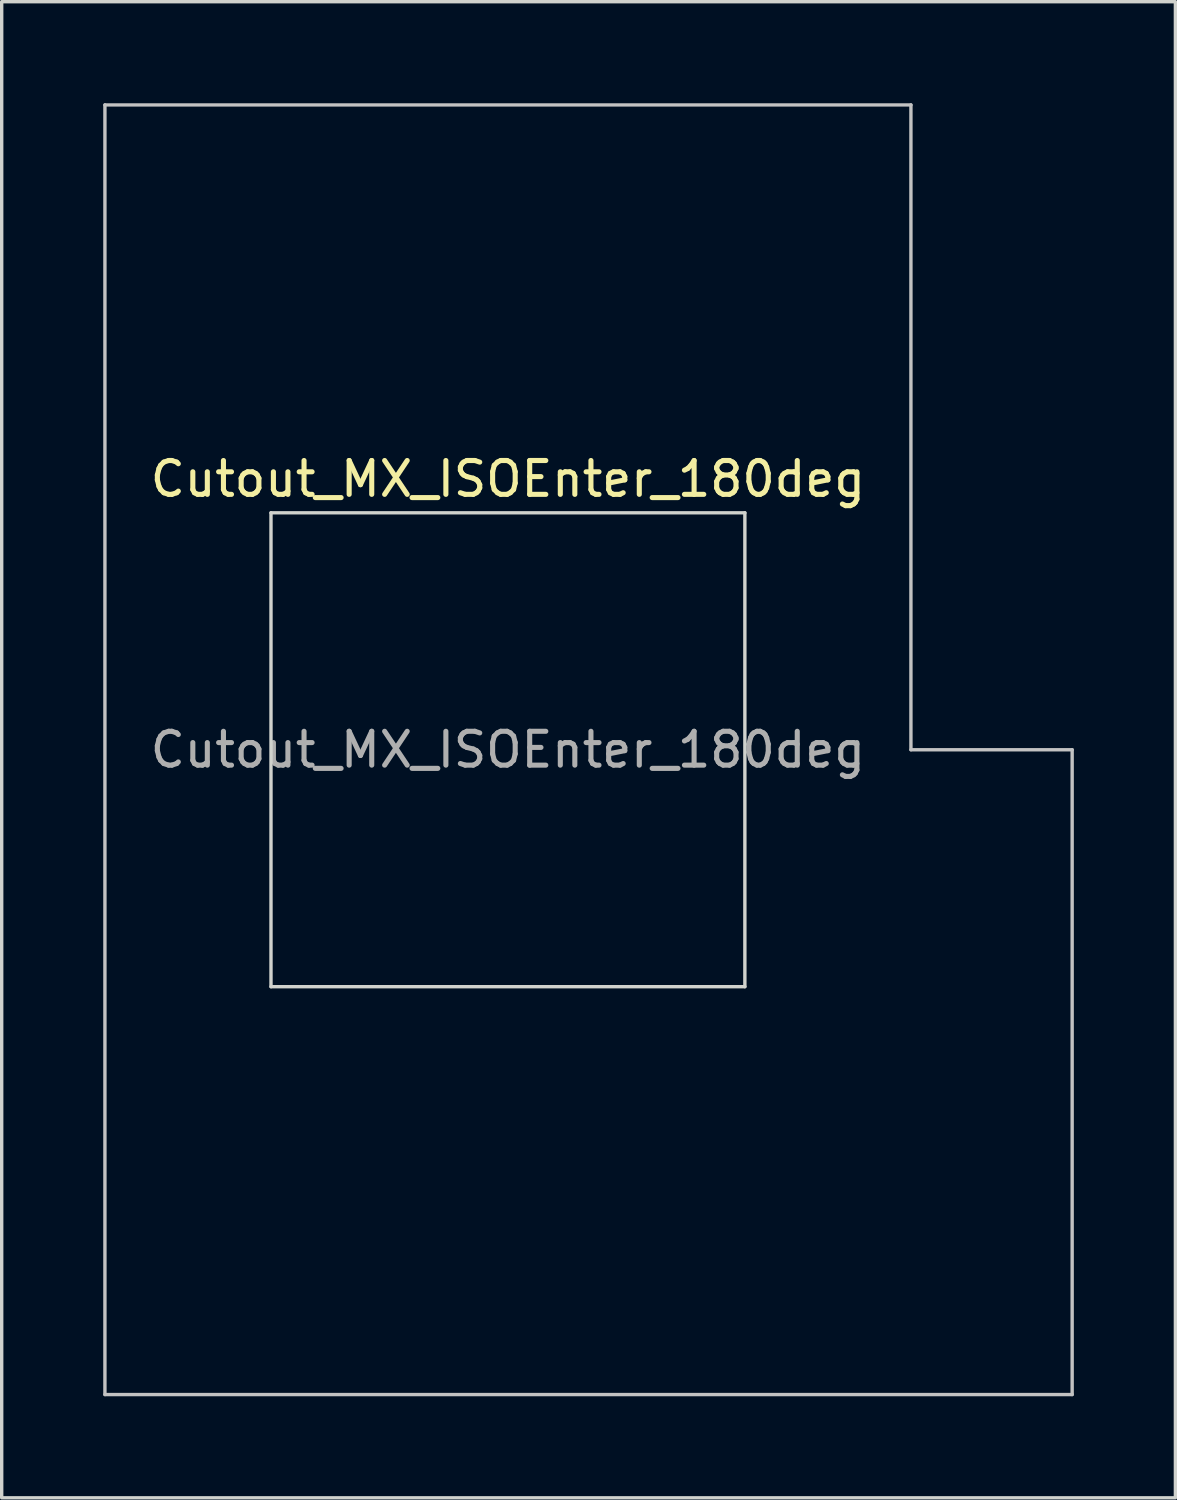
<source format=kicad_pcb>
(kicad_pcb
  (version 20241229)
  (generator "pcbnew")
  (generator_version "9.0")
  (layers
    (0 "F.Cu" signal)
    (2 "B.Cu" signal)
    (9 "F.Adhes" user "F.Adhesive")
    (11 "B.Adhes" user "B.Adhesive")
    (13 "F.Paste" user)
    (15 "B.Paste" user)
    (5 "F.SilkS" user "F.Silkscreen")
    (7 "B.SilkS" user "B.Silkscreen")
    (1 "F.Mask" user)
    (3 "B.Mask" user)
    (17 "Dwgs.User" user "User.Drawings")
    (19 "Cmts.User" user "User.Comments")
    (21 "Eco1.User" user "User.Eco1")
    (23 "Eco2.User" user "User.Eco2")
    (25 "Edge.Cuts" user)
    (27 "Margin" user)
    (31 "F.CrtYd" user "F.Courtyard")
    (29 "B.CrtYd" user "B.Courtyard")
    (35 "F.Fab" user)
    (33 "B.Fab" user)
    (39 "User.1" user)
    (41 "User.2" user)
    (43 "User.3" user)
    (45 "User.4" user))
  (footprint "Cutout_MX_ISOEnter_180deg"
    (layer "F.Cu")
    (at 11.956 19.1)
    (property "Reference" "Cutout_MX_ISOEnter_180deg" (at 0 -8 0) (layer "F.SilkS") (effects (font (size 1 1) (thickness 0.15))))
    (attr through_hole)
    (fp_line (start -11.906 -19.05) (end -11.906 19.05) (stroke (width 0.1) (type solid)) (layer "Dwgs.User"))
    (fp_line (start -11.906 19.05) (end 16.669 19.05) (stroke (width 0.1) (type solid)) (layer "Dwgs.User"))
    (fp_line (start 11.906 -19.05) (end -11.906 -19.05) (stroke (width 0.1) (type solid)) (layer "Dwgs.User"))
    (fp_line (start 11.906 0) (end 11.906 -19.05) (stroke (width 0.1) (type solid)) (layer "Dwgs.User"))
    (fp_line (start 16.669 0) (end 11.906 0) (stroke (width 0.1) (type solid)) (layer "Dwgs.User"))
    (fp_line (start 16.669 19.05) (end 16.669 0) (stroke (width 0.1) (type solid)) (layer "Dwgs.User"))
    (fp_line (start -7 -7) (end -7 7) (stroke (width 0.1) (type solid)) (layer "Edge.Cuts"))
    (fp_line (start -7 7) (end 7 7) (stroke (width 0.1) (type solid)) (layer "Edge.Cuts"))
    (fp_line (start 7 -7) (end -7 -7) (stroke (width 0.1) (type solid)) (layer "Edge.Cuts"))
    (fp_line (start 7 7) (end 7 -7) (stroke (width 0.1) (type solid)) (layer "Edge.Cuts"))
    (fp_text user "${REFERENCE}" (at 0 0 0) (layer "F.Fab") (effects (font (size 1 1) (thickness 0.15)))))
  (gr_rect
    (start -3 -3)
    (end 31.675 41.2)
    (stroke (width 0.1) (type default))
    (fill no)
    (layer "Edge.Cuts")))
</source>
